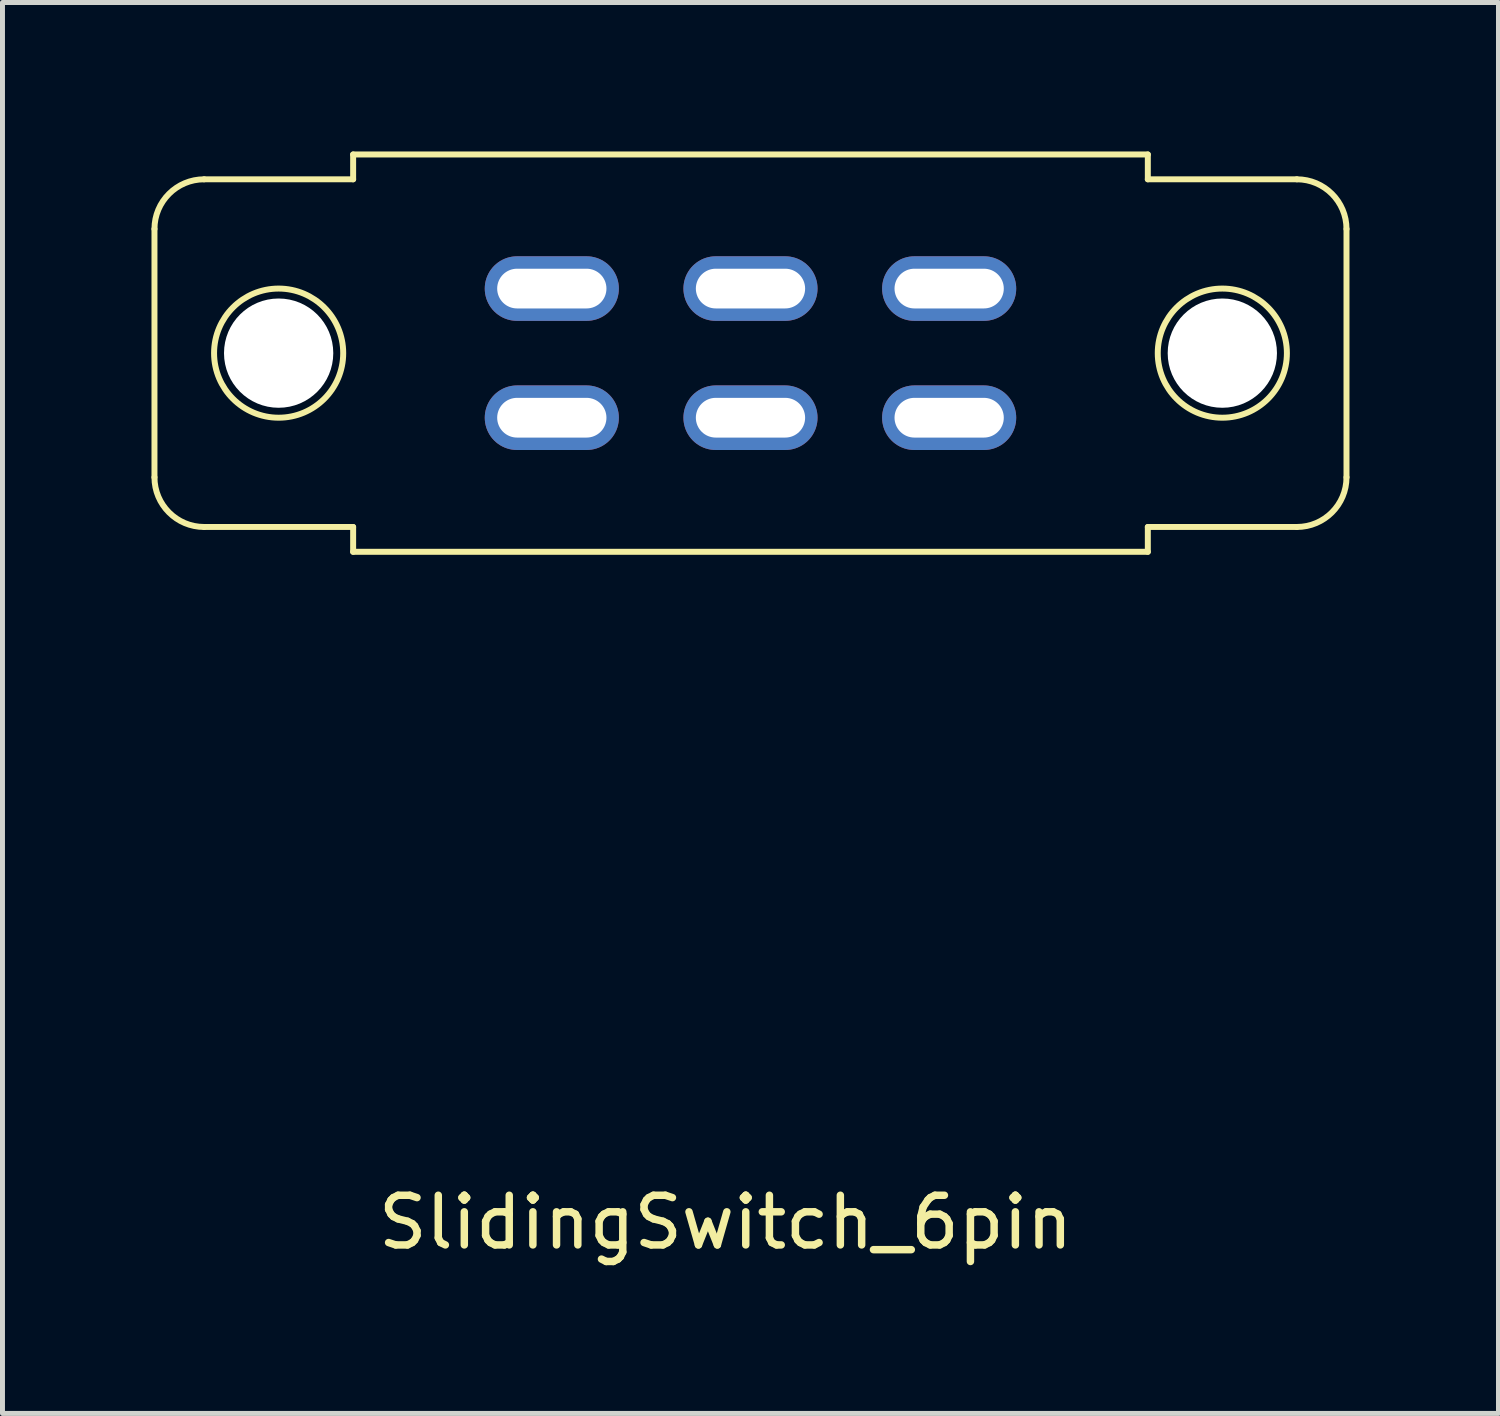
<source format=kicad_pcb>
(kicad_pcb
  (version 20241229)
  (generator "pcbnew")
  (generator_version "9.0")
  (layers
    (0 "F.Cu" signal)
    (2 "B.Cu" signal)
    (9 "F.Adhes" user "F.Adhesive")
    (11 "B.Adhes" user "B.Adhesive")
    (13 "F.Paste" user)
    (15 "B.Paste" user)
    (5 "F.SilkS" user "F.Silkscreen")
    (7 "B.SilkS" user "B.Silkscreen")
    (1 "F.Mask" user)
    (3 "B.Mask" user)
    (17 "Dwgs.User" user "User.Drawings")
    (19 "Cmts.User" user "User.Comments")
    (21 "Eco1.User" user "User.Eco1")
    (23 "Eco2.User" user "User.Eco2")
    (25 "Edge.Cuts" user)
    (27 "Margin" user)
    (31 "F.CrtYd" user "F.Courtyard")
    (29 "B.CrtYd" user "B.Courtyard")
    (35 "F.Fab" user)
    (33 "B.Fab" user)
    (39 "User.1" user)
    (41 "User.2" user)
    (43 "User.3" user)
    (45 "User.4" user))
  (footprint "SlidingSwitch_6pin"
    (layer "F.Cu")
    (at 12.06 4.06)
    (property "Reference" "SlidingSwitch_6pin" (at -0.5 17.5 0) (layer "F.SilkS") (effects (font (size 1 1) (thickness 0.15))))
    (attr through_hole)
    (fp_line (start -12 -2.5) (end -12 2.5) (stroke (width 0.12) (type solid)) (layer "F.SilkS"))
    (fp_line (start -11 3.5) (end -8 3.5) (stroke (width 0.12) (type solid)) (layer "F.SilkS"))
    (fp_line (start -8 -4) (end -8 -3.5) (stroke (width 0.12) (type solid)) (layer "F.SilkS"))
    (fp_line (start -8 -4) (end 8 -4) (stroke (width 0.12) (type solid)) (layer "F.SilkS"))
    (fp_line (start -8 -3.5) (end -11 -3.5) (stroke (width 0.12) (type solid)) (layer "F.SilkS"))
    (fp_line (start -8 3.5) (end -8 4) (stroke (width 0.12) (type solid)) (layer "F.SilkS"))
    (fp_line (start 8 -3.5) (end 8 -4) (stroke (width 0.12) (type solid)) (layer "F.SilkS"))
    (fp_line (start 8 3.5) (end 11 3.5) (stroke (width 0.12) (type solid)) (layer "F.SilkS"))
    (fp_line (start 8 4) (end -8 4) (stroke (width 0.12) (type solid)) (layer "F.SilkS"))
    (fp_line (start 8 4) (end 8 3.5) (stroke (width 0.12) (type solid)) (layer "F.SilkS"))
    (fp_line (start 11 -3.5) (end 8 -3.5) (stroke (width 0.12) (type solid)) (layer "F.SilkS"))
    (fp_line (start 12 2.5) (end 12 -2.5) (stroke (width 0.12) (type solid)) (layer "F.SilkS"))
    (fp_arc (start -12 -2.5) (mid -11.707107 -3.207107) (end -11 -3.5) (stroke (width 0.12) (type solid)) (layer "F.SilkS"))
    (fp_arc (start -11 3.5) (mid -11.707107 3.207107) (end -12 2.5) (stroke (width 0.12) (type solid)) (layer "F.SilkS"))
    (fp_arc (start 11 -3.5) (mid 11.707107 -3.207107) (end 12 -2.5) (stroke (width 0.12) (type solid)) (layer "F.SilkS"))
    (fp_arc (start 12 2.5) (mid 11.707107 3.207107) (end 11 3.5) (stroke (width 0.12) (type solid)) (layer "F.SilkS"))
    (fp_circle (center -9.5 0) (end -8.2 0) (stroke (width 0.12) (type solid)) (fill no) (layer "F.SilkS"))
    (fp_circle (center 9.5 0) (end 10.8 0) (stroke (width 0.12) (type solid)) (fill no) (layer "F.SilkS"))
    (pad "" np_thru_hole circle (at -9.5 0) (size 2.2 2.2) (drill 2.2) (layers "*.Cu" "*.Mask"))
    (pad "" np_thru_hole circle (at 9.5 0) (size 2.2 2.2) (drill 2.2) (layers "*.Cu" "*.Mask"))
    (pad "1" thru_hole oval (at -4 -1.3) (size 2.7 1.3) (drill oval 2.2 0.8) (layers "*.Cu" "*.Mask"))
    (pad "2" thru_hole oval (at 0 -1.3) (size 2.7 1.3) (drill oval 2.2 0.8) (layers "*.Cu" "*.Mask"))
    (pad "3" thru_hole oval (at 4 -1.3) (size 2.7 1.3) (drill oval 2.2 0.8) (layers "*.Cu" "*.Mask"))
    (pad "4" thru_hole oval (at -4 1.3) (size 2.7 1.3) (drill oval 2.2 0.8) (layers "*.Cu" "*.Mask"))
    (pad "5" thru_hole oval (at 0 1.3) (size 2.7 1.3) (drill oval 2.2 0.8) (layers "*.Cu" "*.Mask"))
    (pad "6" thru_hole oval (at 4 1.3) (size 2.7 1.3) (drill oval 2.2 0.8) (layers "*.Cu" "*.Mask")))
  (gr_rect
    (start -3 -3)
    (end 27.12 25.408)
    (stroke (width 0.1) (type default))
    (fill no)
    (layer "Edge.Cuts")))
</source>
